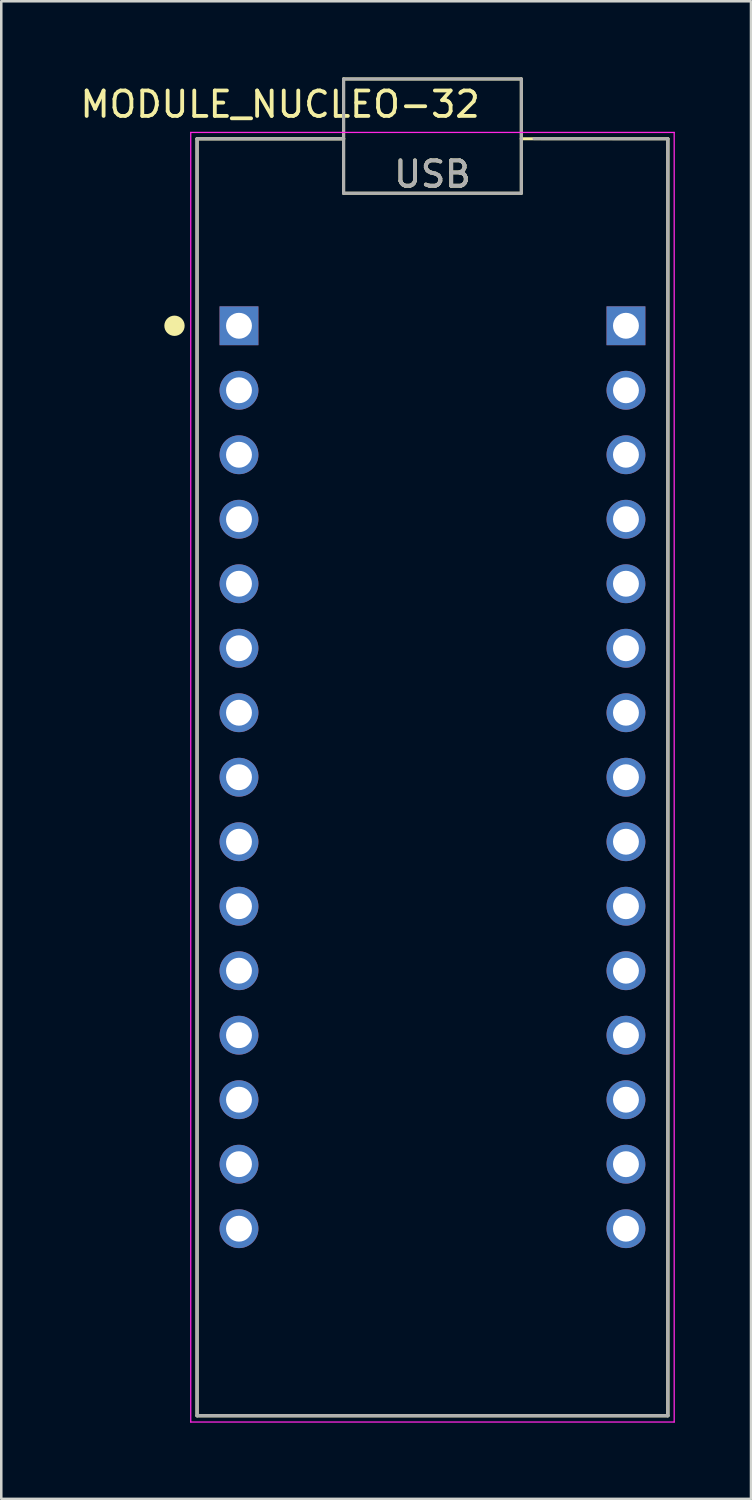
<source format=kicad_pcb>
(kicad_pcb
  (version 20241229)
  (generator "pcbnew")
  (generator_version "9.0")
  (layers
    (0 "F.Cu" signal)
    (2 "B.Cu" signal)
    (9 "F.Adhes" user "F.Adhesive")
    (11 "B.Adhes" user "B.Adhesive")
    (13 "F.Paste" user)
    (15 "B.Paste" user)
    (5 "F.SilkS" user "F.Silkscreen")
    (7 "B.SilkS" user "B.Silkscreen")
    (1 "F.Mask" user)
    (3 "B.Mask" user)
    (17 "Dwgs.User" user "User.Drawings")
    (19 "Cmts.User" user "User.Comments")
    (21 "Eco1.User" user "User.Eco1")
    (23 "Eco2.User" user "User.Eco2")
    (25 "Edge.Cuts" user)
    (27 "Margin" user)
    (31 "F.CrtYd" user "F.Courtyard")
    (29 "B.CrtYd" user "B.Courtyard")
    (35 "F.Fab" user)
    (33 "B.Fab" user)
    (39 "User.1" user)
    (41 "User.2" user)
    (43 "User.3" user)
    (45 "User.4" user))
  (footprint "MODULE_NUCLEO-32"
    (layer "F.Cu")
    (at 13.982 27.56)
    (property "Reference" "MODULE_NUCLEO-32" (at -6 -26.5 0) (layer "F.SilkS") (effects (font (size 1 1) (thickness 0.15))))
    (attr through_hole)
    (fp_line (start -9.27 -25.145) (end -3.5 -25.145) (stroke (width 0.127) (type solid)) (layer "F.SilkS"))
    (fp_line (start -9.27 25.145) (end -9.27 -25.145) (stroke (width 0.127) (type solid)) (layer "F.SilkS"))
    (fp_line (start -3.5 -27.5) (end 3.5 -27.5) (stroke (width 0.12) (type solid)) (layer "F.SilkS"))
    (fp_line (start -3.5 -25.145) (end -3.5 -27.5) (stroke (width 0.12) (type solid)) (layer "F.SilkS"))
    (fp_line (start -3.5 -25.145) (end -3.5 -23) (stroke (width 0.12) (type solid)) (layer "F.SilkS"))
    (fp_line (start -3.5 -23) (end 3.5 -23) (stroke (width 0.12) (type solid)) (layer "F.SilkS"))
    (fp_line (start 3.5 -27.5) (end 3.5 -25.145) (stroke (width 0.12) (type solid)) (layer "F.SilkS"))
    (fp_line (start 3.5 -25.145) (end 9.27 -25.145) (stroke (width 0.12) (type solid)) (layer "F.SilkS"))
    (fp_line (start 3.5 -23) (end 3.5 -25.145) (stroke (width 0.12) (type solid)) (layer "F.SilkS"))
    (fp_line (start 9.27 -25.145) (end 9.27 25.145) (stroke (width 0.127) (type solid)) (layer "F.SilkS"))
    (fp_line (start 9.27 25.145) (end -9.27 25.145) (stroke (width 0.127) (type solid)) (layer "F.SilkS"))
    (fp_circle (center -10.16 -17.78) (end -9.96 -17.78) (stroke (width 0.4) (type solid)) (fill no) (layer "F.SilkS"))
    (fp_line (start -9.52 -25.395) (end 9.52 -25.395) (stroke (width 0.05) (type solid)) (layer "F.CrtYd"))
    (fp_line (start -9.52 25.395) (end -9.52 -25.395) (stroke (width 0.05) (type solid)) (layer "F.CrtYd"))
    (fp_line (start 9.52 -25.395) (end 9.52 25.395) (stroke (width 0.05) (type solid)) (layer "F.CrtYd"))
    (fp_line (start 9.52 25.395) (end -9.52 25.395) (stroke (width 0.05) (type solid)) (layer "F.CrtYd"))
    (fp_line (start -9.27 -25.145) (end -3.5 -25.145) (stroke (width 0.127) (type solid)) (layer "F.Fab"))
    (fp_line (start -9.27 25.145) (end -9.27 -25.145) (stroke (width 0.127) (type solid)) (layer "F.Fab"))
    (fp_line (start -3.5 -27.5) (end -3.5 -23) (stroke (width 0.12) (type solid)) (layer "F.Fab"))
    (fp_line (start -3.5 -23) (end 3.5 -23) (stroke (width 0.12) (type solid)) (layer "F.Fab"))
    (fp_line (start 3.5 -27.5) (end -3.5 -27.5) (stroke (width 0.12) (type solid)) (layer "F.Fab"))
    (fp_line (start 3.5 -23) (end 3.5 -27.5) (stroke (width 0.12) (type solid)) (layer "F.Fab"))
    (fp_line (start 4 -25.15) (end 9.27 -25.145) (stroke (width 0.12) (type solid)) (layer "F.Fab"))
    (fp_line (start 9.27 -25.145) (end 9.27 25.145) (stroke (width 0.127) (type solid)) (layer "F.Fab"))
    (fp_line (start 9.27 25.145) (end -9.27 25.145) (stroke (width 0.127) (type solid)) (layer "F.Fab"))
    (fp_text user "USB" (at 0 -23.75 0) (layer "F.SilkS") (effects (font (size 1 1) (thickness 0.15))))
    (fp_text user "USB" (at 0 -23.75 0) (layer "F.Fab") (effects (font (size 1 1) (thickness 0.15))))
    (pad "1.1" thru_hole rect (at -7.62 -17.78) (size 1.53 1.53) (drill 1.02) (layers "*.Cu" "*.Mask"))
    (pad "1.2" thru_hole circle (at -7.62 -15.24) (size 1.53 1.53) (drill 1.02) (layers "*.Cu" "*.Mask"))
    (pad "1.3" thru_hole circle (at -7.62 -12.7) (size 1.53 1.53) (drill 1.02) (layers "*.Cu" "*.Mask"))
    (pad "1.4" thru_hole circle (at -7.62 -10.16) (size 1.53 1.53) (drill 1.02) (layers "*.Cu" "*.Mask"))
    (pad "1.5" thru_hole circle (at -7.62 -7.62) (size 1.53 1.53) (drill 1.02) (layers "*.Cu" "*.Mask"))
    (pad "1.6" thru_hole circle (at -7.62 -5.08) (size 1.53 1.53) (drill 1.02) (layers "*.Cu" "*.Mask"))
    (pad "1.7" thru_hole circle (at -7.62 -2.54) (size 1.53 1.53) (drill 1.02) (layers "*.Cu" "*.Mask"))
    (pad "1.8" thru_hole circle (at -7.62 0) (size 1.53 1.53) (drill 1.02) (layers "*.Cu" "*.Mask"))
    (pad "1.9" thru_hole circle (at -7.62 2.54) (size 1.53 1.53) (drill 1.02) (layers "*.Cu" "*.Mask"))
    (pad "1.10" thru_hole circle (at -7.62 5.08) (size 1.53 1.53) (drill 1.02) (layers "*.Cu" "*.Mask"))
    (pad "1.11" thru_hole circle (at -7.62 7.62) (size 1.53 1.53) (drill 1.02) (layers "*.Cu" "*.Mask"))
    (pad "1.12" thru_hole circle (at -7.62 10.16) (size 1.53 1.53) (drill 1.02) (layers "*.Cu" "*.Mask"))
    (pad "1.13" thru_hole circle (at -7.62 12.7) (size 1.53 1.53) (drill 1.02) (layers "*.Cu" "*.Mask"))
    (pad "1.14" thru_hole circle (at -7.62 15.24) (size 1.53 1.53) (drill 1.02) (layers "*.Cu" "*.Mask"))
    (pad "1.15" thru_hole circle (at -7.62 17.78) (size 1.53 1.53) (drill 1.02) (layers "*.Cu" "*.Mask"))
    (pad "2.1" thru_hole rect (at 7.62 -17.78) (size 1.53 1.53) (drill 1.02) (layers "*.Cu" "*.Mask"))
    (pad "2.2" thru_hole circle (at 7.62 -15.24) (size 1.53 1.53) (drill 1.02) (layers "*.Cu" "*.Mask"))
    (pad "2.3" thru_hole circle (at 7.62 -12.7) (size 1.53 1.53) (drill 1.02) (layers "*.Cu" "*.Mask"))
    (pad "2.4" thru_hole circle (at 7.62 -10.16) (size 1.53 1.53) (drill 1.02) (layers "*.Cu" "*.Mask"))
    (pad "2.5" thru_hole circle (at 7.62 -7.62) (size 1.53 1.53) (drill 1.02) (layers "*.Cu" "*.Mask"))
    (pad "2.6" thru_hole circle (at 7.62 -5.08) (size 1.53 1.53) (drill 1.02) (layers "*.Cu" "*.Mask"))
    (pad "2.7" thru_hole circle (at 7.62 -2.54) (size 1.53 1.53) (drill 1.02) (layers "*.Cu" "*.Mask"))
    (pad "2.8" thru_hole circle (at 7.62 0) (size 1.53 1.53) (drill 1.02) (layers "*.Cu" "*.Mask"))
    (pad "2.9" thru_hole circle (at 7.62 2.54) (size 1.53 1.53) (drill 1.02) (layers "*.Cu" "*.Mask"))
    (pad "2.10" thru_hole circle (at 7.62 5.08) (size 1.53 1.53) (drill 1.02) (layers "*.Cu" "*.Mask"))
    (pad "2.11" thru_hole circle (at 7.62 7.62) (size 1.53 1.53) (drill 1.02) (layers "*.Cu" "*.Mask"))
    (pad "2.12" thru_hole circle (at 7.62 10.16) (size 1.53 1.53) (drill 1.02) (layers "*.Cu" "*.Mask"))
    (pad "2.13" thru_hole circle (at 7.62 12.7) (size 1.53 1.53) (drill 1.02) (layers "*.Cu" "*.Mask"))
    (pad "2.14" thru_hole circle (at 7.62 15.24) (size 1.53 1.53) (drill 1.02) (layers "*.Cu" "*.Mask"))
    (pad "2.15" thru_hole circle (at 7.62 17.78) (size 1.53 1.53) (drill 1.02) (layers "*.Cu" "*.Mask")))
  (gr_rect
    (start -3 -3)
    (end 26.527 55.98)
    (stroke (width 0.1) (type default))
    (fill no)
    (layer "Edge.Cuts")))
</source>
